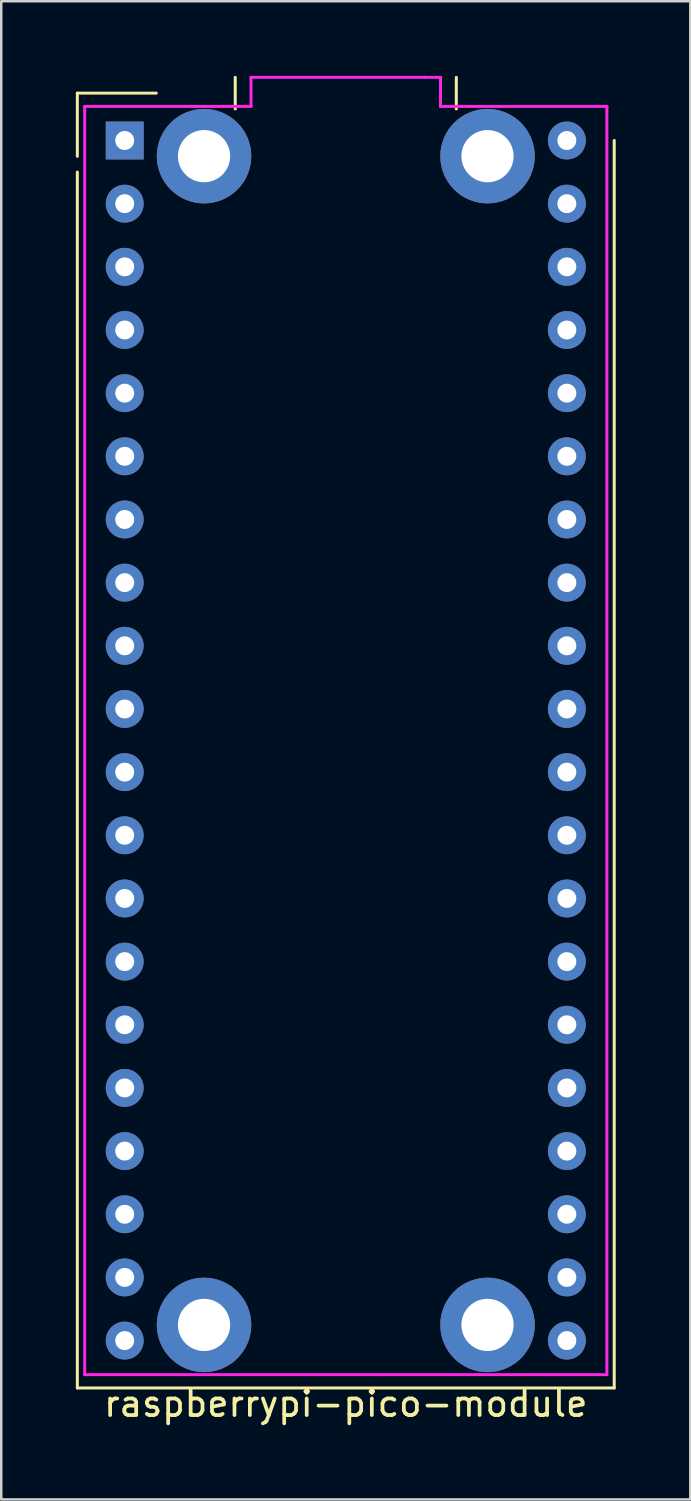
<source format=kicad_pcb>
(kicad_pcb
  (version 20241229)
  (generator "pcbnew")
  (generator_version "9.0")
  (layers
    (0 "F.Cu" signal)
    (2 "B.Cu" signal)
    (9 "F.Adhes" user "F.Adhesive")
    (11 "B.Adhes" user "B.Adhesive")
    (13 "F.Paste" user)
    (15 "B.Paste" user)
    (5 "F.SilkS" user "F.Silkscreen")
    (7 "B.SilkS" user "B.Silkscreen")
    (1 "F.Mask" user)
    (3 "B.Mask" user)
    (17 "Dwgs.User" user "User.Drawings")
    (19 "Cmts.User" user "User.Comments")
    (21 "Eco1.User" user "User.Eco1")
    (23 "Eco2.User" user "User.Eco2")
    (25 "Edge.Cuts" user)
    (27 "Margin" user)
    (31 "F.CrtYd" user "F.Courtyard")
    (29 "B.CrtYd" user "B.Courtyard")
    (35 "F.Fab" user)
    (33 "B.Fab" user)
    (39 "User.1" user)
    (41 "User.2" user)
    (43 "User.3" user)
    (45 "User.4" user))
  (footprint "raspberrypi-pico-module"
    (layer "F.Cu")
    (at 10.855 26.73)
    (property "Reference" "raspberrypi-pico-module" (at 0 26.67 0) (layer "F.SilkS") (effects (font (size 1 1) (thickness 0.15))))
    (attr through_hole)
    (fp_line (start -10.795 -26.035) (end -10.795 -23.495) (stroke (width 0.12) (type solid)) (layer "F.SilkS"))
    (fp_line (start -10.795 26.035) (end -10.795 -22.86) (stroke (width 0.12) (type solid)) (layer "F.SilkS"))
    (fp_line (start -10.795 26.035) (end 10.795 26.035) (stroke (width 0.12) (type solid)) (layer "F.SilkS"))
    (fp_line (start -7.62 -26.035) (end -10.795 -26.035) (stroke (width 0.12) (type solid)) (layer "F.SilkS"))
    (fp_line (start -4.445 -25.4) (end -4.445 -26.67) (stroke (width 0.12) (type solid)) (layer "F.SilkS"))
    (fp_line (start 4.445 -25.4) (end 4.445 -26.67) (stroke (width 0.12) (type solid)) (layer "F.SilkS"))
    (fp_line (start 10.795 26.035) (end 10.795 -24.13) (stroke (width 0.12) (type solid)) (layer "F.SilkS"))
    (fp_line (start -10.5 -25.5) (end -10.5 25.5) (stroke (width 0.12) (type solid)) (layer "F.CrtYd"))
    (fp_line (start -10.5 -25.5) (end -3.81 -25.5) (stroke (width 0.12) (type solid)) (layer "F.CrtYd"))
    (fp_line (start -10.5 25.5) (end 10.5 25.5) (stroke (width 0.12) (type solid)) (layer "F.CrtYd"))
    (fp_line (start -3.81 -26.67) (end 3.175 -26.67) (stroke (width 0.12) (type solid)) (layer "F.CrtYd"))
    (fp_line (start -3.81 -25.5) (end -3.81 -26.67) (stroke (width 0.12) (type solid)) (layer "F.CrtYd"))
    (fp_line (start 3.175 -26.67) (end 3.81 -26.67) (stroke (width 0.12) (type solid)) (layer "F.CrtYd"))
    (fp_line (start 3.81 -26.67) (end 3.81 -25.5) (stroke (width 0.12) (type solid)) (layer "F.CrtYd"))
    (fp_line (start 10.5 -25.5) (end 3.81 -25.5) (stroke (width 0.12) (type solid)) (layer "F.CrtYd"))
    (fp_line (start 10.5 -25.5) (end 10.5 25.5) (stroke (width 0.12) (type solid)) (layer "F.CrtYd"))
    (pad "" thru_hole circle (at -5.7 -23.5) (size 3.8 3.8) (drill 2.1) (layers "*.Cu" "*.Mask"))
    (pad "" thru_hole circle (at -5.7 23.5) (size 3.8 3.8) (drill 2.1) (layers "*.Cu" "*.Mask"))
    (pad "" thru_hole circle (at 5.7 -23.5) (size 3.8 3.8) (drill 2.1) (layers "*.Cu" "*.Mask"))
    (pad "" thru_hole circle (at 5.7 23.5) (size 3.8 3.8) (drill 2.1) (layers "*.Cu" "*.Mask"))
    (pad "1" thru_hole rect (at -8.89 -24.13) (size 1.524 1.524) (drill 0.762) (layers "*.Cu" "*.Mask"))
    (pad "2" thru_hole circle (at -8.89 -21.59) (size 1.524 1.524) (drill 0.762) (layers "*.Cu" "*.Mask"))
    (pad "3" thru_hole circle (at -8.89 -19.05) (size 1.524 1.524) (drill 0.762) (layers "*.Cu" "*.Mask"))
    (pad "4" thru_hole circle (at -8.89 -16.51) (size 1.524 1.524) (drill 0.762) (layers "*.Cu" "*.Mask"))
    (pad "5" thru_hole circle (at -8.89 -13.97) (size 1.524 1.524) (drill 0.762) (layers "*.Cu" "*.Mask"))
    (pad "6" thru_hole circle (at -8.89 -11.43) (size 1.524 1.524) (drill 0.762) (layers "*.Cu" "*.Mask"))
    (pad "7" thru_hole circle (at -8.89 -8.89) (size 1.524 1.524) (drill 0.762) (layers "*.Cu" "*.Mask"))
    (pad "8" thru_hole circle (at -8.89 -6.35) (size 1.524 1.524) (drill 0.762) (layers "*.Cu" "*.Mask"))
    (pad "9" thru_hole circle (at -8.89 -3.81) (size 1.524 1.524) (drill 0.762) (layers "*.Cu" "*.Mask"))
    (pad "10" thru_hole circle (at -8.89 -1.27) (size 1.524 1.524) (drill 0.762) (layers "*.Cu" "*.Mask"))
    (pad "11" thru_hole circle (at -8.89 1.27) (size 1.524 1.524) (drill 0.762) (layers "*.Cu" "*.Mask"))
    (pad "12" thru_hole circle (at -8.89 3.81) (size 1.524 1.524) (drill 0.762) (layers "*.Cu" "*.Mask"))
    (pad "13" thru_hole circle (at -8.89 6.35) (size 1.524 1.524) (drill 0.762) (layers "*.Cu" "*.Mask"))
    (pad "14" thru_hole circle (at -8.89 8.89) (size 1.524 1.524) (drill 0.762) (layers "*.Cu" "*.Mask"))
    (pad "15" thru_hole circle (at -8.89 11.43) (size 1.524 1.524) (drill 0.762) (layers "*.Cu" "*.Mask"))
    (pad "16" thru_hole circle (at -8.89 13.97) (size 1.524 1.524) (drill 0.762) (layers "*.Cu" "*.Mask"))
    (pad "17" thru_hole circle (at -8.89 16.51) (size 1.524 1.524) (drill 0.762) (layers "*.Cu" "*.Mask"))
    (pad "18" thru_hole circle (at -8.89 19.05) (size 1.524 1.524) (drill 0.762) (layers "*.Cu" "*.Mask"))
    (pad "19" thru_hole circle (at -8.89 21.59) (size 1.524 1.524) (drill 0.762) (layers "*.Cu" "*.Mask"))
    (pad "20" thru_hole circle (at -8.89 24.13) (size 1.524 1.524) (drill 0.762) (layers "*.Cu" "*.Mask"))
    (pad "21" thru_hole circle (at 8.89 24.13) (size 1.524 1.524) (drill 0.762) (layers "*.Cu" "*.Mask"))
    (pad "22" thru_hole circle (at 8.89 21.59) (size 1.524 1.524) (drill 0.762) (layers "*.Cu" "*.Mask"))
    (pad "23" thru_hole circle (at 8.89 19.05) (size 1.524 1.524) (drill 0.762) (layers "*.Cu" "*.Mask"))
    (pad "24" thru_hole circle (at 8.89 16.51) (size 1.524 1.524) (drill 0.762) (layers "*.Cu" "*.Mask"))
    (pad "25" thru_hole circle (at 8.89 13.97) (size 1.524 1.524) (drill 0.762) (layers "*.Cu" "*.Mask"))
    (pad "26" thru_hole circle (at 8.89 11.43) (size 1.524 1.524) (drill 0.762) (layers "*.Cu" "*.Mask"))
    (pad "27" thru_hole circle (at 8.89 8.89) (size 1.524 1.524) (drill 0.762) (layers "*.Cu" "*.Mask"))
    (pad "28" thru_hole circle (at 8.89 6.35) (size 1.524 1.524) (drill 0.762) (layers "*.Cu" "*.Mask"))
    (pad "29" thru_hole circle (at 8.89 3.81) (size 1.524 1.524) (drill 0.762) (layers "*.Cu" "*.Mask"))
    (pad "30" thru_hole circle (at 8.89 1.27) (size 1.524 1.524) (drill 0.762) (layers "*.Cu" "*.Mask"))
    (pad "31" thru_hole circle (at 8.89 -1.27) (size 1.524 1.524) (drill 0.762) (layers "*.Cu" "*.Mask"))
    (pad "32" thru_hole circle (at 8.89 -3.81) (size 1.524 1.524) (drill 0.762) (layers "*.Cu" "*.Mask"))
    (pad "33" thru_hole circle (at 8.89 -6.35) (size 1.524 1.524) (drill 0.762) (layers "*.Cu" "*.Mask"))
    (pad "34" thru_hole circle (at 8.89 -8.89) (size 1.524 1.524) (drill 0.762) (layers "*.Cu" "*.Mask"))
    (pad "35" thru_hole circle (at 8.89 -11.43) (size 1.524 1.524) (drill 0.762) (layers "*.Cu" "*.Mask"))
    (pad "36" thru_hole circle (at 8.89 -13.97) (size 1.524 1.524) (drill 0.762) (layers "*.Cu" "*.Mask"))
    (pad "37" thru_hole circle (at 8.89 -16.51) (size 1.524 1.524) (drill 0.762) (layers "*.Cu" "*.Mask"))
    (pad "38" thru_hole circle (at 8.89 -19.05) (size 1.524 1.524) (drill 0.762) (layers "*.Cu" "*.Mask"))
    (pad "39" thru_hole circle (at 8.89 -21.59) (size 1.524 1.524) (drill 0.762) (layers "*.Cu" "*.Mask"))
    (pad "40" thru_hole circle (at 8.89 -24.13) (size 1.524 1.524) (drill 0.762) (layers "*.Cu" "*.Mask")))
  (gr_rect
    (start -3 -3)
    (end 24.71 57.248)
    (stroke (width 0.1) (type default))
    (fill no)
    (layer "Edge.Cuts")))
</source>
